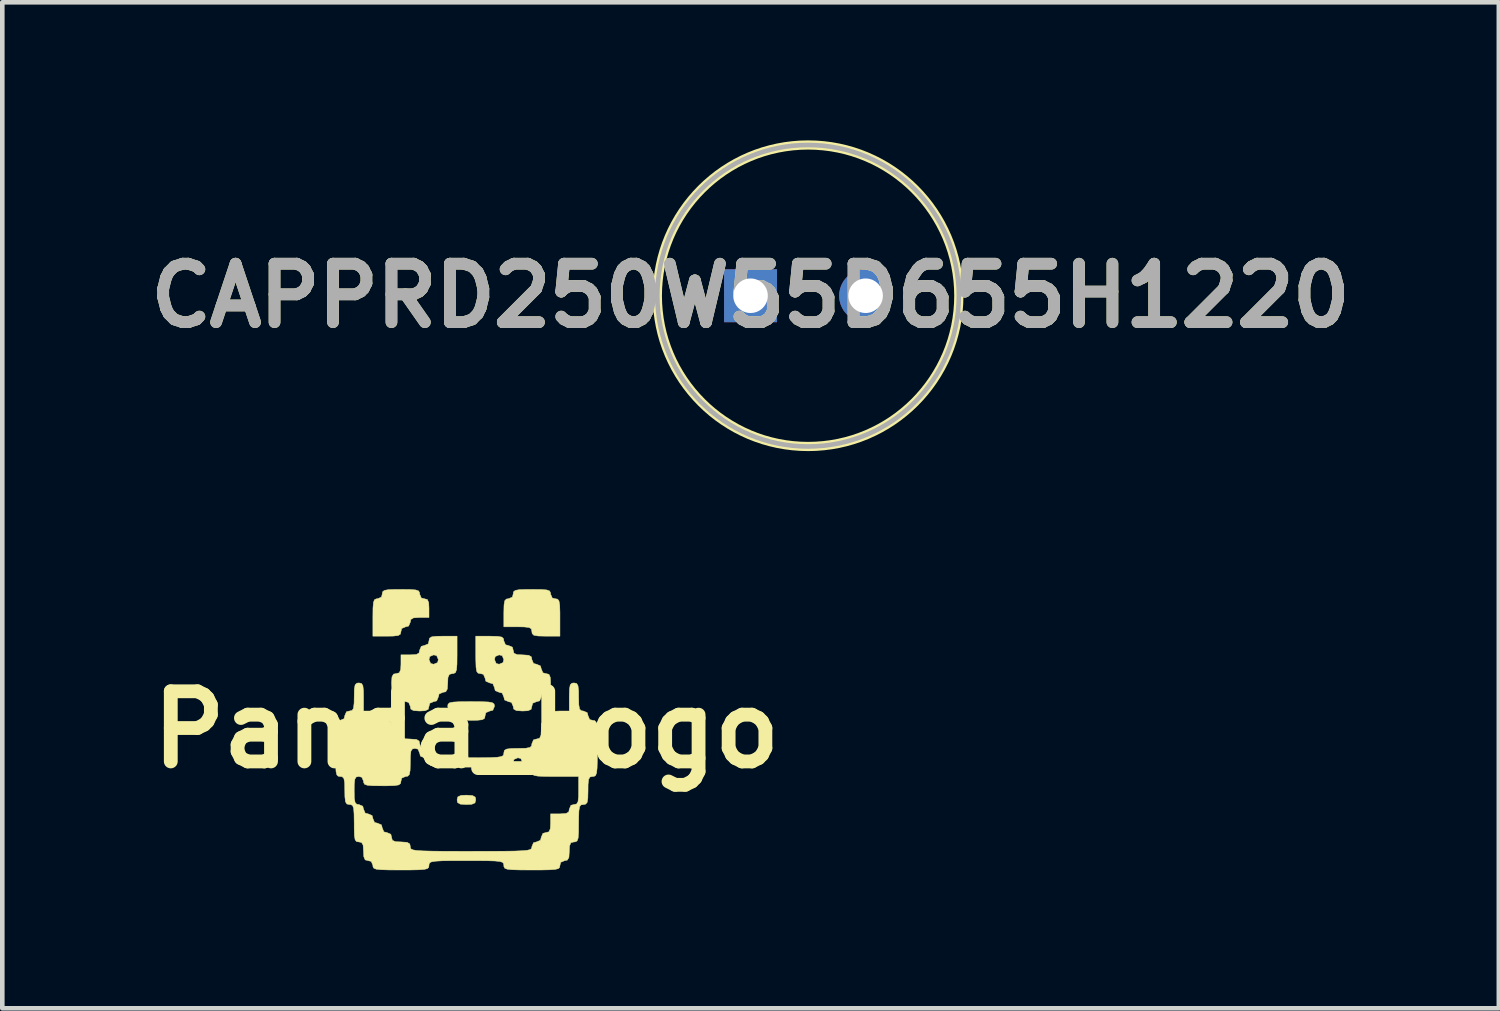
<source format=kicad_pcb>
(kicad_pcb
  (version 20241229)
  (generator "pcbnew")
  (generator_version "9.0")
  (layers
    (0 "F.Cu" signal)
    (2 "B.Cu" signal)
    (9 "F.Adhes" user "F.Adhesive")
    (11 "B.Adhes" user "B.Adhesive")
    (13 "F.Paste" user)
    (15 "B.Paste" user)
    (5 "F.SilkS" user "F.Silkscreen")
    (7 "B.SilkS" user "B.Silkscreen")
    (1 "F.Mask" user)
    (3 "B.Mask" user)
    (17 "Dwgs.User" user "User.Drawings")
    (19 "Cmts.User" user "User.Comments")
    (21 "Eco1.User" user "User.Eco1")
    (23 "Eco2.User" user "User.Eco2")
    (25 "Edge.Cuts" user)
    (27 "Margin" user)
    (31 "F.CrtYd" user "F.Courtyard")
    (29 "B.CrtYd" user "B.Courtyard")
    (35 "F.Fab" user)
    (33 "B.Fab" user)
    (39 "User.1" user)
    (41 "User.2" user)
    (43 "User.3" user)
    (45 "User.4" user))
  (footprint "Panda_Logo"
    (layer "F.Cu")
    (at 7.083 12.803)
    (property "Reference" "Panda_Logo" (at 0 0 0) (layer "F.SilkS") (effects (font (size 1.524 1.524) (thickness 0.3))))
    (attr through_hole)
    (fp_poly (pts (xy 0.133 1.431) (xy 0.192 1.465) (xy 0.203 1.524) (xy 0.186 1.59) (xy 0.117 1.62) (xy 0 1.626) (xy -0.133 1.617) (xy -0.192 1.583) (xy -0.203 1.524) (xy -0.186 1.458) (xy -0.117 1.428) (xy 0 1.422) (xy 0.133 1.431)) (stroke (width 0.01) (type solid)) (fill yes) (layer "F.SilkS"))
    (fp_poly (pts (xy 0.333 -0.608) (xy 0.481 -0.602) (xy 0.564 -0.586) (xy 0.601 -0.558) (xy 0.61 -0.513) (xy 0.61 -0.508) (xy 0.574 -0.423) (xy 0.508 -0.406) (xy 0.423 -0.37) (xy 0.406 -0.305) (xy 0.395 -0.248) (xy 0.346 -0.217) (xy 0.237 -0.205) (xy 0.102 -0.203) (xy -0.069 -0.207) (xy -0.161 -0.223) (xy -0.198 -0.26) (xy -0.203 -0.305) (xy -0.239 -0.39) (xy -0.305 -0.406) (xy -0.39 -0.442) (xy -0.406 -0.508) (xy -0.399 -0.554) (xy -0.366 -0.584) (xy -0.288 -0.6) (xy -0.148 -0.608) (xy 0.074 -0.61) (xy 0.102 -0.61) (xy 0.333 -0.608)) (stroke (width 0.01) (type solid)) (fill yes) (layer "F.SilkS"))
    (fp_poly (pts (xy 1.625 -3.046) (xy 1.746 -3.036) (xy 1.807 -3.014) (xy 1.827 -2.973) (xy 1.829 -2.946) (xy 1.865 -2.861) (xy 1.93 -2.845) (xy 1.981 -2.836) (xy 2.011 -2.797) (xy 2.027 -2.707) (xy 2.032 -2.546) (xy 2.032 -2.438) (xy 2.032 -2.032) (xy 1.727 -2.032) (xy 1.557 -2.036) (xy 1.465 -2.052) (xy 1.428 -2.089) (xy 1.422 -2.134) (xy 1.411 -2.19) (xy 1.362 -2.221) (xy 1.253 -2.233) (xy 1.118 -2.235) (xy 0.813 -2.235) (xy 0.813 -2.54) (xy 0.817 -2.71) (xy 0.833 -2.802) (xy 0.869 -2.839) (xy 0.914 -2.845) (xy 0.999 -2.881) (xy 1.016 -2.946) (xy 1.024 -2.997) (xy 1.064 -3.027) (xy 1.154 -3.043) (xy 1.315 -3.048) (xy 1.422 -3.048) (xy 1.625 -3.046)) (stroke (width 0.01) (type solid)) (fill yes) (layer "F.SilkS"))
    (fp_poly (pts (xy -1.22 -3.046) (xy -1.099 -3.036) (xy -1.038 -3.014) (xy -1.017 -2.973) (xy -1.016 -2.946) (xy -0.98 -2.861) (xy -0.914 -2.845) (xy -0.848 -2.828) (xy -0.819 -2.759) (xy -0.813 -2.642) (xy -0.813 -2.438) (xy -1.016 -2.438) (xy -1.149 -2.43) (xy -1.208 -2.395) (xy -1.219 -2.337) (xy -1.255 -2.252) (xy -1.321 -2.235) (xy -1.406 -2.199) (xy -1.422 -2.134) (xy -1.434 -2.077) (xy -1.482 -2.046) (xy -1.592 -2.034) (xy -1.727 -2.032) (xy -2.032 -2.032) (xy -2.032 -2.438) (xy -2.03 -2.641) (xy -2.02 -2.762) (xy -1.998 -2.823) (xy -1.957 -2.843) (xy -1.93 -2.845) (xy -1.845 -2.881) (xy -1.829 -2.946) (xy -1.82 -2.997) (xy -1.781 -3.027) (xy -1.691 -3.043) (xy -1.53 -3.048) (xy -1.422 -3.048) (xy -1.22 -3.046)) (stroke (width 0.01) (type solid)) (fill yes) (layer "F.SilkS"))
    (fp_poly (pts (xy -0.203 -1.626) (xy -0.205 -1.423) (xy -0.215 -1.302) (xy -0.238 -1.241) (xy -0.278 -1.221) (xy -0.305 -1.219) (xy -0.371 -1.202) (xy -0.401 -1.133) (xy -0.406 -1.016) (xy -0.415 -0.883) (xy -0.449 -0.824) (xy -0.508 -0.813) (xy -0.593 -0.777) (xy -0.61 -0.711) (xy -0.646 -0.626) (xy -0.711 -0.61) (xy -0.796 -0.574) (xy -0.813 -0.508) (xy -0.83 -0.442) (xy -0.899 -0.412) (xy -1.016 -0.406) (xy -1.149 -0.415) (xy -1.208 -0.449) (xy -1.219 -0.508) (xy -1.255 -0.593) (xy -1.321 -0.61) (xy -1.406 -0.646) (xy -1.422 -0.711) (xy -1.458 -0.796) (xy -1.524 -0.813) (xy -1.59 -0.83) (xy -1.62 -0.899) (xy -1.626 -1.016) (xy -1.617 -1.149) (xy -1.583 -1.208) (xy -1.524 -1.219) (xy -1.458 -1.236) (xy -1.428 -1.305) (xy -1.422 -1.422) (xy -1.422 -1.524) (xy -0.813 -1.524) (xy -0.777 -1.439) (xy -0.711 -1.422) (xy -0.626 -1.458) (xy -0.61 -1.524) (xy -0.646 -1.609) (xy -0.711 -1.626) (xy -0.796 -1.59) (xy -0.813 -1.524) (xy -1.422 -1.524) (xy -1.422 -1.626) (xy -1.219 -1.626) (xy -1.086 -1.634) (xy -1.028 -1.669) (xy -1.016 -1.727) (xy -0.98 -1.812) (xy -0.914 -1.829) (xy -0.829 -1.865) (xy -0.813 -1.93) (xy -0.802 -1.987) (xy -0.753 -2.018) (xy -0.643 -2.03) (xy -0.508 -2.032) (xy -0.203 -2.032) (xy -0.203 -1.626)) (stroke (width 0.01) (type solid)) (fill yes) (layer "F.SilkS"))
    (fp_poly (pts (xy 0.678 -2.028) (xy 0.77 -2.012) (xy 0.807 -1.975) (xy 0.813 -1.93) (xy 0.849 -1.845) (xy 0.914 -1.829) (xy 0.999 -1.793) (xy 1.016 -1.727) (xy 1.033 -1.661) (xy 1.102 -1.631) (xy 1.219 -1.626) (xy 1.352 -1.617) (xy 1.411 -1.583) (xy 1.422 -1.524) (xy 1.458 -1.439) (xy 1.524 -1.422) (xy 1.609 -1.386) (xy 1.626 -1.321) (xy 1.662 -1.236) (xy 1.727 -1.219) (xy 1.794 -1.202) (xy 1.823 -1.133) (xy 1.829 -1.016) (xy 1.82 -0.883) (xy 1.786 -0.824) (xy 1.727 -0.813) (xy 1.642 -0.777) (xy 1.626 -0.711) (xy 1.59 -0.626) (xy 1.524 -0.61) (xy 1.439 -0.574) (xy 1.422 -0.508) (xy 1.405 -0.442) (xy 1.336 -0.412) (xy 1.219 -0.406) (xy 1.086 -0.415) (xy 1.028 -0.449) (xy 1.016 -0.508) (xy 0.98 -0.593) (xy 0.914 -0.61) (xy 0.829 -0.646) (xy 0.813 -0.711) (xy 0.777 -0.796) (xy 0.711 -0.813) (xy 0.626 -0.849) (xy 0.61 -0.914) (xy 0.574 -0.999) (xy 0.508 -1.016) (xy 0.423 -1.052) (xy 0.406 -1.118) (xy 0.37 -1.203) (xy 0.305 -1.219) (xy 0.254 -1.228) (xy 0.224 -1.267) (xy 0.209 -1.357) (xy 0.204 -1.518) (xy 0.204 -1.524) (xy 0.61 -1.524) (xy 0.646 -1.439) (xy 0.711 -1.422) (xy 0.796 -1.458) (xy 0.813 -1.524) (xy 0.777 -1.609) (xy 0.711 -1.626) (xy 0.626 -1.59) (xy 0.61 -1.524) (xy 0.204 -1.524) (xy 0.203 -1.626) (xy 0.203 -2.032) (xy 0.508 -2.032) (xy 0.678 -2.028)) (stroke (width 0.01) (type solid)) (fill yes) (layer "F.SilkS"))
    (fp_poly (pts (xy 2.394 -1.005) (xy 2.424 -0.956) (xy 2.437 -0.846) (xy 2.438 -0.711) (xy 2.442 -0.541) (xy 2.458 -0.449) (xy 2.495 -0.412) (xy 2.54 -0.406) (xy 2.625 -0.37) (xy 2.642 -0.305) (xy 2.678 -0.22) (xy 2.743 -0.203) (xy 2.786 -0.197) (xy 2.815 -0.168) (xy 2.832 -0.099) (xy 2.841 0.027) (xy 2.844 0.227) (xy 2.845 0.406) (xy 2.844 0.664) (xy 2.839 0.836) (xy 2.827 0.941) (xy 2.806 0.995) (xy 2.773 1.014) (xy 2.743 1.016) (xy 2.686 1.027) (xy 2.656 1.076) (xy 2.643 1.186) (xy 2.642 1.321) (xy 2.638 1.491) (xy 2.622 1.583) (xy 2.585 1.62) (xy 2.54 1.626) (xy 2.489 1.634) (xy 2.459 1.673) (xy 2.444 1.763) (xy 2.439 1.925) (xy 2.438 2.032) (xy 2.436 2.234) (xy 2.427 2.356) (xy 2.404 2.417) (xy 2.364 2.437) (xy 2.337 2.438) (xy 2.27 2.455) (xy 2.241 2.524) (xy 2.235 2.642) (xy 2.227 2.775) (xy 2.192 2.833) (xy 2.134 2.845) (xy 2.049 2.881) (xy 2.032 2.946) (xy 2.026 2.989) (xy 1.997 3.018) (xy 1.928 3.035) (xy 1.802 3.044) (xy 1.602 3.048) (xy 1.422 3.048) (xy 1.165 3.047) (xy 0.992 3.042) (xy 0.888 3.031) (xy 0.834 3.01) (xy 0.815 2.976) (xy 0.813 2.946) (xy 0.808 2.908) (xy 0.784 2.881) (xy 0.726 2.863) (xy 0.62 2.852) (xy 0.45 2.847) (xy 0.203 2.845) (xy 0 2.845) (xy -0.304 2.845) (xy -0.521 2.848) (xy -0.665 2.856) (xy -0.752 2.869) (xy -0.796 2.89) (xy -0.811 2.921) (xy -0.813 2.946) (xy -0.819 2.989) (xy -0.848 3.018) (xy -0.917 3.035) (xy -1.043 3.044) (xy -1.243 3.048) (xy -1.422 3.048) (xy -1.68 3.047) (xy -1.852 3.042) (xy -1.957 3.031) (xy -2.011 3.01) (xy -2.03 2.976) (xy -2.032 2.946) (xy -2.068 2.861) (xy -2.134 2.845) (xy -2.2 2.828) (xy -2.229 2.759) (xy -2.235 2.642) (xy -2.244 2.509) (xy -2.278 2.45) (xy -2.337 2.438) (xy -2.387 2.43) (xy -2.418 2.391) (xy -2.433 2.301) (xy -2.438 2.139) (xy -2.438 2.032) (xy -2.441 1.83) (xy -2.45 1.708) (xy -2.473 1.647) (xy -2.513 1.627) (xy -2.54 1.626) (xy -2.597 1.614) (xy -2.627 1.566) (xy -2.64 1.456) (xy -2.642 1.321) (xy -2.438 1.321) (xy -2.435 1.491) (xy -2.418 1.583) (xy -2.382 1.62) (xy -2.337 1.626) (xy -2.252 1.662) (xy -2.235 1.727) (xy -2.199 1.812) (xy -2.134 1.829) (xy -2.049 1.865) (xy -2.032 1.93) (xy -1.996 2.015) (xy -1.93 2.032) (xy -1.845 2.068) (xy -1.829 2.134) (xy -1.793 2.219) (xy -1.727 2.235) (xy -1.642 2.271) (xy -1.626 2.337) (xy -1.609 2.403) (xy -1.54 2.433) (xy -1.422 2.438) (xy -1.289 2.447) (xy -1.231 2.481) (xy -1.219 2.54) (xy -1.216 2.571) (xy -1.198 2.595) (xy -1.155 2.612) (xy -1.075 2.625) (xy -0.945 2.633) (xy -0.756 2.638) (xy -0.495 2.641) (xy -0.151 2.642) (xy 0.102 2.642) (xy 0.502 2.641) (xy 0.811 2.64) (xy 1.043 2.637) (xy 1.207 2.63) (xy 1.315 2.621) (xy 1.379 2.606) (xy 1.411 2.586) (xy 1.421 2.559) (xy 1.422 2.54) (xy 1.458 2.455) (xy 1.524 2.438) (xy 1.609 2.402) (xy 1.626 2.337) (xy 1.662 2.252) (xy 1.727 2.235) (xy 1.794 2.218) (xy 1.823 2.149) (xy 1.829 2.032) (xy 1.829 1.829) (xy 2.032 1.829) (xy 2.165 1.82) (xy 2.224 1.786) (xy 2.235 1.727) (xy 2.271 1.642) (xy 2.337 1.626) (xy 2.394 1.614) (xy 2.424 1.566) (xy 2.437 1.456) (xy 2.438 1.321) (xy 2.438 1.016) (xy 1.93 1.016) (xy 1.699 1.015) (xy 1.551 1.008) (xy 1.468 0.992) (xy 1.431 0.964) (xy 1.422 0.92) (xy 1.422 0.914) (xy 1.386 0.829) (xy 1.321 0.813) (xy 1.236 0.777) (xy 1.219 0.711) (xy 1.183 0.626) (xy 1.118 0.61) (xy 1.033 0.646) (xy 1.016 0.711) (xy 1.012 0.747) (xy 0.989 0.774) (xy 0.936 0.792) (xy 0.836 0.803) (xy 0.678 0.81) (xy 0.446 0.812) (xy 0.128 0.813) (xy 0.102 0.813) (xy -0.223 0.812) (xy -0.461 0.81) (xy -0.624 0.804) (xy -0.727 0.793) (xy -0.784 0.775) (xy -0.808 0.749) (xy -0.813 0.714) (xy -0.813 0.711) (xy -0.849 0.626) (xy -0.914 0.61) (xy -0.999 0.574) (xy -1.016 0.508) (xy -1.052 0.423) (xy -1.118 0.406) (xy -1.174 0.418) (xy -1.205 0.466) (xy -1.217 0.576) (xy -1.219 0.711) (xy -1.223 0.881) (xy -1.239 0.973) (xy -1.276 1.01) (xy -1.321 1.016) (xy -1.406 1.052) (xy -1.422 1.118) (xy -1.431 1.168) (xy -1.47 1.199) (xy -1.56 1.214) (xy -1.722 1.219) (xy -1.829 1.219) (xy -2.031 1.217) (xy -2.153 1.207) (xy -2.213 1.185) (xy -2.234 1.144) (xy -2.235 1.118) (xy -2.271 1.033) (xy -2.337 1.016) (xy -2.394 1.027) (xy -2.424 1.076) (xy -2.437 1.186) (xy -2.438 1.321) (xy -2.642 1.321) (xy -2.645 1.151) (xy -2.662 1.059) (xy -2.698 1.022) (xy -2.743 1.016) (xy -2.786 1.01) (xy -2.815 0.981) (xy -2.832 0.912) (xy -2.841 0.786) (xy -2.844 0.586) (xy -2.845 0.406) (xy -2.844 0.149) (xy -2.839 -0.024) (xy -2.827 -0.128) (xy -2.806 -0.182) (xy -2.773 -0.201) (xy -2.743 -0.203) (xy -2.658 -0.239) (xy -2.642 -0.305) (xy -2.606 -0.39) (xy -2.54 -0.406) (xy -2.483 -0.418) (xy -2.453 -0.466) (xy -2.44 -0.576) (xy -2.438 -0.711) (xy -2.435 -0.881) (xy -2.418 -0.973) (xy -2.382 -1.01) (xy -2.337 -1.016) (xy -2.28 -1.005) (xy -2.249 -0.956) (xy -2.237 -0.846) (xy -2.235 -0.711) (xy -2.235 -0.406) (xy -2.032 -0.406) (xy -1.899 -0.398) (xy -1.84 -0.363) (xy -1.829 -0.305) (xy -1.793 -0.22) (xy -1.727 -0.203) (xy -1.642 -0.167) (xy -1.626 -0.102) (xy -1.59 -0.017) (xy -1.524 0) (xy -1.439 0.036) (xy -1.422 0.102) (xy -1.405 0.168) (xy -1.336 0.197) (xy -1.219 0.203) (xy -1.086 0.212) (xy -1.028 0.246) (xy -1.016 0.305) (xy -0.98 0.39) (xy -0.914 0.406) (xy -0.829 0.442) (xy -0.813 0.508) (xy -0.808 0.546) (xy -0.784 0.573) (xy -0.726 0.591) (xy -0.62 0.602) (xy -0.45 0.608) (xy -0.203 0.609) (xy 0 0.61) (xy 0.304 0.609) (xy 0.521 0.606) (xy 0.665 0.599) (xy 0.752 0.585) (xy 0.796 0.564) (xy 0.811 0.533) (xy 0.813 0.508) (xy 0.824 0.451) (xy 0.873 0.421) (xy 0.983 0.408) (xy 1.118 0.406) (xy 1.288 0.403) (xy 1.38 0.386) (xy 1.417 0.35) (xy 1.422 0.305) (xy 1.458 0.22) (xy 1.524 0.203) (xy 1.59 0.186) (xy 1.62 0.117) (xy 1.626 0) (xy 1.634 -0.133) (xy 1.669 -0.192) (xy 1.727 -0.203) (xy 1.812 -0.239) (xy 1.829 -0.305) (xy 1.846 -0.371) (xy 1.915 -0.401) (xy 2.032 -0.406) (xy 2.235 -0.406) (xy 2.235 -0.711) (xy 2.239 -0.881) (xy 2.255 -0.973) (xy 2.292 -1.01) (xy 2.337 -1.016) (xy 2.394 -1.005)) (stroke (width 0.01) (type solid)) (fill yes) (layer "F.SilkS")))
  (footprint "CAPPRD250W55D655H1220"
    (layer "F.Cu")
    (at 13.256 3.375)
    (property "Reference" "CAPPRD250W55D655H1220" (at 0 0 0) (layer "F.SilkS") (effects (font (size 1.27 1.27) (thickness 0.254))))
    (attr through_hole)
    (fp_circle (center 1.25 0) (end 1.25 3.275) (stroke (width 0.2) (type solid)) (fill no) (layer "F.SilkS"))
    (fp_circle (center 1.25 0) (end 1.25 3.275) (stroke (width 0.1) (type solid)) (fill no) (layer "F.Fab"))
    (fp_text user "${REFERENCE}" (at 0 0 0) (layer "F.Fab") (effects (font (size 1.27 1.27) (thickness 0.254))))
    (pad "1" thru_hole rect (at 0 0) (size 1.15 1.15) (drill 0.75) (layers "*.Cu" "*.Mask"))
    (pad "2" thru_hole circle (at 2.5 0) (size 1.15 1.15) (drill 0.75) (layers "*.Cu" "*.Mask")))
  (gr_rect
    (start -3 -3)
    (end 29.513 18.856)
    (stroke (width 0.1) (type default))
    (fill no)
    (layer "Edge.Cuts")))
</source>
